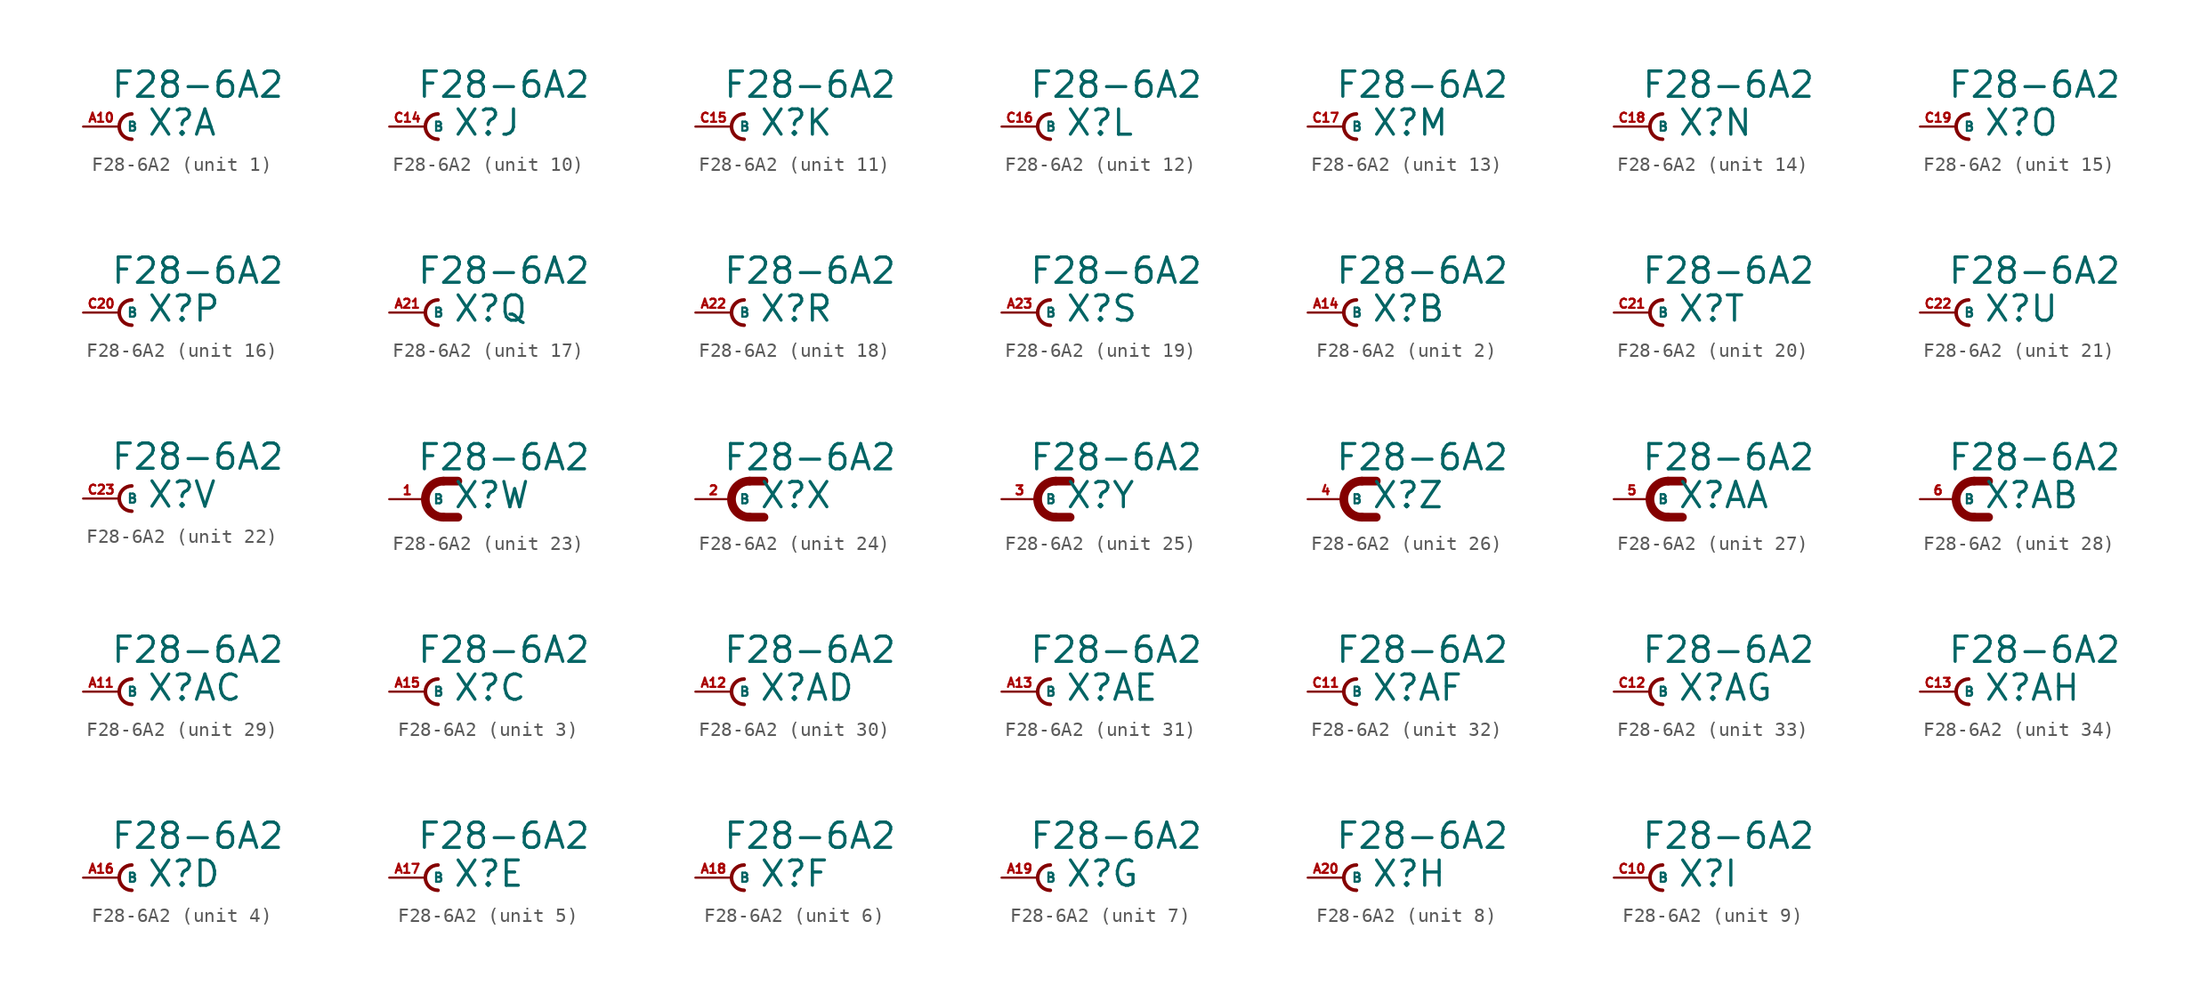
<source format=kicad_sym>
(kicad_symbol_lib
  (version 20220914)
  (generator Eagle2Kicad)
  (symbol "F28-6A2"
    (property "Reference" "X"
      (at 1.905 -0.762 0)
      (effects (font (size 1.778 1.778) (thickness 0.22)) (justify left bottom)))
    (property "Value" "F28-6A2"
      (at -0.635 1.905 0)
      (effects (font (size 1.778 1.778) (thickness 0.22)) (justify left bottom)))
    (symbol "F28-6A2_1_0"
      (arc (start 0.889 0.889) (mid 0.000 0.000) (end 0.889 -0.889) (stroke (width 0.254) (type default)) (fill (type none)))
      (pin passive line (at -2.54 0 0) (length 2.54) (name "B" (effects (font (size 0.635 0.635) (thickness 0.08)) (justify left bottom))) (number "A10" (effects (font (size 0.635 0.635) (thickness 0.08)) (justify left bottom)))))
    (symbol "F28-6A2_2_0"
      (arc (start 0.889 0.889) (mid 0.000 0.000) (end 0.889 -0.889) (stroke (width 0.254) (type default)) (fill (type none)))
      (pin passive line (at -2.54 0 0) (length 2.54) (name "B" (effects (font (size 0.635 0.635) (thickness 0.08)) (justify left bottom))) (number "A14" (effects (font (size 0.635 0.635) (thickness 0.08)) (justify left bottom)))))
    (symbol "F28-6A2_3_0"
      (arc (start 0.889 0.889) (mid 0.000 0.000) (end 0.889 -0.889) (stroke (width 0.254) (type default)) (fill (type none)))
      (pin passive line (at -2.54 0 0) (length 2.54) (name "B" (effects (font (size 0.635 0.635) (thickness 0.08)) (justify left bottom))) (number "A15" (effects (font (size 0.635 0.635) (thickness 0.08)) (justify left bottom)))))
    (symbol "F28-6A2_4_0"
      (arc (start 0.889 0.889) (mid 0.000 0.000) (end 0.889 -0.889) (stroke (width 0.254) (type default)) (fill (type none)))
      (pin passive line (at -2.54 0 0) (length 2.54) (name "B" (effects (font (size 0.635 0.635) (thickness 0.08)) (justify left bottom))) (number "A16" (effects (font (size 0.635 0.635) (thickness 0.08)) (justify left bottom)))))
    (symbol "F28-6A2_5_0"
      (arc (start 0.889 0.889) (mid 0.000 0.000) (end 0.889 -0.889) (stroke (width 0.254) (type default)) (fill (type none)))
      (pin passive line (at -2.54 0 0) (length 2.54) (name "B" (effects (font (size 0.635 0.635) (thickness 0.08)) (justify left bottom))) (number "A17" (effects (font (size 0.635 0.635) (thickness 0.08)) (justify left bottom)))))
    (symbol "F28-6A2_6_0"
      (arc (start 0.889 0.889) (mid 0.000 0.000) (end 0.889 -0.889) (stroke (width 0.254) (type default)) (fill (type none)))
      (pin passive line (at -2.54 0 0) (length 2.54) (name "B" (effects (font (size 0.635 0.635) (thickness 0.08)) (justify left bottom))) (number "A18" (effects (font (size 0.635 0.635) (thickness 0.08)) (justify left bottom)))))
    (symbol "F28-6A2_7_0"
      (arc (start 0.889 0.889) (mid 0.000 0.000) (end 0.889 -0.889) (stroke (width 0.254) (type default)) (fill (type none)))
      (pin passive line (at -2.54 0 0) (length 2.54) (name "B" (effects (font (size 0.635 0.635) (thickness 0.08)) (justify left bottom))) (number "A19" (effects (font (size 0.635 0.635) (thickness 0.08)) (justify left bottom)))))
    (symbol "F28-6A2_8_0"
      (arc (start 0.889 0.889) (mid 0.000 0.000) (end 0.889 -0.889) (stroke (width 0.254) (type default)) (fill (type none)))
      (pin passive line (at -2.54 0 0) (length 2.54) (name "B" (effects (font (size 0.635 0.635) (thickness 0.08)) (justify left bottom))) (number "A20" (effects (font (size 0.635 0.635) (thickness 0.08)) (justify left bottom)))))
    (symbol "F28-6A2_9_0"
      (arc (start 0.889 0.889) (mid 0.000 0.000) (end 0.889 -0.889) (stroke (width 0.254) (type default)) (fill (type none)))
      (pin passive line (at -2.54 0 0) (length 2.54) (name "B" (effects (font (size 0.635 0.635) (thickness 0.08)) (justify left bottom))) (number "C10" (effects (font (size 0.635 0.635) (thickness 0.08)) (justify left bottom)))))
    (symbol "F28-6A2_10_0"
      (arc (start 0.889 0.889) (mid 0.000 0.000) (end 0.889 -0.889) (stroke (width 0.254) (type default)) (fill (type none)))
      (pin passive line (at -2.54 0 0) (length 2.54) (name "B" (effects (font (size 0.635 0.635) (thickness 0.08)) (justify left bottom))) (number "C14" (effects (font (size 0.635 0.635) (thickness 0.08)) (justify left bottom)))))
    (symbol "F28-6A2_11_0"
      (arc (start 0.889 0.889) (mid 0.000 0.000) (end 0.889 -0.889) (stroke (width 0.254) (type default)) (fill (type none)))
      (pin passive line (at -2.54 0 0) (length 2.54) (name "B" (effects (font (size 0.635 0.635) (thickness 0.08)) (justify left bottom))) (number "C15" (effects (font (size 0.635 0.635) (thickness 0.08)) (justify left bottom)))))
    (symbol "F28-6A2_12_0"
      (arc (start 0.889 0.889) (mid 0.000 0.000) (end 0.889 -0.889) (stroke (width 0.254) (type default)) (fill (type none)))
      (pin passive line (at -2.54 0 0) (length 2.54) (name "B" (effects (font (size 0.635 0.635) (thickness 0.08)) (justify left bottom))) (number "C16" (effects (font (size 0.635 0.635) (thickness 0.08)) (justify left bottom)))))
    (symbol "F28-6A2_13_0"
      (arc (start 0.889 0.889) (mid 0.000 0.000) (end 0.889 -0.889) (stroke (width 0.254) (type default)) (fill (type none)))
      (pin passive line (at -2.54 0 0) (length 2.54) (name "B" (effects (font (size 0.635 0.635) (thickness 0.08)) (justify left bottom))) (number "C17" (effects (font (size 0.635 0.635) (thickness 0.08)) (justify left bottom)))))
    (symbol "F28-6A2_14_0"
      (arc (start 0.889 0.889) (mid 0.000 0.000) (end 0.889 -0.889) (stroke (width 0.254) (type default)) (fill (type none)))
      (pin passive line (at -2.54 0 0) (length 2.54) (name "B" (effects (font (size 0.635 0.635) (thickness 0.08)) (justify left bottom))) (number "C18" (effects (font (size 0.635 0.635) (thickness 0.08)) (justify left bottom)))))
    (symbol "F28-6A2_15_0"
      (arc (start 0.889 0.889) (mid 0.000 0.000) (end 0.889 -0.889) (stroke (width 0.254) (type default)) (fill (type none)))
      (pin passive line (at -2.54 0 0) (length 2.54) (name "B" (effects (font (size 0.635 0.635) (thickness 0.08)) (justify left bottom))) (number "C19" (effects (font (size 0.635 0.635) (thickness 0.08)) (justify left bottom)))))
    (symbol "F28-6A2_16_0"
      (arc (start 0.889 0.889) (mid 0.000 0.000) (end 0.889 -0.889) (stroke (width 0.254) (type default)) (fill (type none)))
      (pin passive line (at -2.54 0 0) (length 2.54) (name "B" (effects (font (size 0.635 0.635) (thickness 0.08)) (justify left bottom))) (number "C20" (effects (font (size 0.635 0.635) (thickness 0.08)) (justify left bottom)))))
    (symbol "F28-6A2_17_0"
      (arc (start 0.889 0.889) (mid 0.000 0.000) (end 0.889 -0.889) (stroke (width 0.254) (type default)) (fill (type none)))
      (pin passive line (at -2.54 0 0) (length 2.54) (name "B" (effects (font (size 0.635 0.635) (thickness 0.08)) (justify left bottom))) (number "A21" (effects (font (size 0.635 0.635) (thickness 0.08)) (justify left bottom)))))
    (symbol "F28-6A2_18_0"
      (arc (start 0.889 0.889) (mid 0.000 0.000) (end 0.889 -0.889) (stroke (width 0.254) (type default)) (fill (type none)))
      (pin passive line (at -2.54 0 0) (length 2.54) (name "B" (effects (font (size 0.635 0.635) (thickness 0.08)) (justify left bottom))) (number "A22" (effects (font (size 0.635 0.635) (thickness 0.08)) (justify left bottom)))))
    (symbol "F28-6A2_19_0"
      (arc (start 0.889 0.889) (mid 0.000 0.000) (end 0.889 -0.889) (stroke (width 0.254) (type default)) (fill (type none)))
      (pin passive line (at -2.54 0 0) (length 2.54) (name "B" (effects (font (size 0.635 0.635) (thickness 0.08)) (justify left bottom))) (number "A23" (effects (font (size 0.635 0.635) (thickness 0.08)) (justify left bottom)))))
    (symbol "F28-6A2_20_0"
      (arc (start 0.889 0.889) (mid 0.000 0.000) (end 0.889 -0.889) (stroke (width 0.254) (type default)) (fill (type none)))
      (pin passive line (at -2.54 0 0) (length 2.54) (name "B" (effects (font (size 0.635 0.635) (thickness 0.08)) (justify left bottom))) (number "C21" (effects (font (size 0.635 0.635) (thickness 0.08)) (justify left bottom)))))
    (symbol "F28-6A2_21_0"
      (arc (start 0.889 0.889) (mid 0.000 0.000) (end 0.889 -0.889) (stroke (width 0.254) (type default)) (fill (type none)))
      (pin passive line (at -2.54 0 0) (length 2.54) (name "B" (effects (font (size 0.635 0.635) (thickness 0.08)) (justify left bottom))) (number "C22" (effects (font (size 0.635 0.635) (thickness 0.08)) (justify left bottom)))))
    (symbol "F28-6A2_22_0"
      (arc (start 0.889 0.889) (mid 0.000 0.000) (end 0.889 -0.889) (stroke (width 0.254) (type default)) (fill (type none)))
      (pin passive line (at -2.54 0 0) (length 2.54) (name "B" (effects (font (size 0.635 0.635) (thickness 0.08)) (justify left bottom))) (number "C23" (effects (font (size 0.635 0.635) (thickness 0.08)) (justify left bottom)))))
    (symbol "F28-6A2_23_0"
      (arc (start 1.27 1.27) (mid 0.000 0.000) (end 1.27 -1.27) (stroke (width 0.6096) (type default)) (fill (type none)))
      (polyline (pts (xy 1.27 1.27) (xy 2.286 1.27)) (stroke (width 0.61) (type default)) (fill (type none)))
      (polyline (pts (xy 1.27 -1.27) (xy 2.286 -1.27)) (stroke (width 0.61) (type default)) (fill (type none)))
      (pin passive line (at -2.54 0 0) (length 2.54) (name "B" (effects (font (size 0.635 0.635) (thickness 0.08)) (justify left bottom))) (number "1" (effects (font (size 0.635 0.635) (thickness 0.08)) (justify left bottom)))))
    (symbol "F28-6A2_24_0"
      (arc (start 1.27 1.27) (mid 0.000 0.000) (end 1.27 -1.27) (stroke (width 0.6096) (type default)) (fill (type none)))
      (polyline (pts (xy 1.27 1.27) (xy 2.286 1.27)) (stroke (width 0.61) (type default)) (fill (type none)))
      (polyline (pts (xy 1.27 -1.27) (xy 2.286 -1.27)) (stroke (width 0.61) (type default)) (fill (type none)))
      (pin passive line (at -2.54 0 0) (length 2.54) (name "B" (effects (font (size 0.635 0.635) (thickness 0.08)) (justify left bottom))) (number "2" (effects (font (size 0.635 0.635) (thickness 0.08)) (justify left bottom)))))
    (symbol "F28-6A2_25_0"
      (arc (start 1.27 1.27) (mid 0.000 0.000) (end 1.27 -1.27) (stroke (width 0.6096) (type default)) (fill (type none)))
      (polyline (pts (xy 1.27 1.27) (xy 2.286 1.27)) (stroke (width 0.61) (type default)) (fill (type none)))
      (polyline (pts (xy 1.27 -1.27) (xy 2.286 -1.27)) (stroke (width 0.61) (type default)) (fill (type none)))
      (pin passive line (at -2.54 0 0) (length 2.54) (name "B" (effects (font (size 0.635 0.635) (thickness 0.08)) (justify left bottom))) (number "3" (effects (font (size 0.635 0.635) (thickness 0.08)) (justify left bottom)))))
    (symbol "F28-6A2_26_0"
      (arc (start 1.27 1.27) (mid 0.000 0.000) (end 1.27 -1.27) (stroke (width 0.6096) (type default)) (fill (type none)))
      (polyline (pts (xy 1.27 1.27) (xy 2.286 1.27)) (stroke (width 0.61) (type default)) (fill (type none)))
      (polyline (pts (xy 1.27 -1.27) (xy 2.286 -1.27)) (stroke (width 0.61) (type default)) (fill (type none)))
      (pin passive line (at -2.54 0 0) (length 2.54) (name "B" (effects (font (size 0.635 0.635) (thickness 0.08)) (justify left bottom))) (number "4" (effects (font (size 0.635 0.635) (thickness 0.08)) (justify left bottom)))))
    (symbol "F28-6A2_27_0"
      (arc (start 1.27 1.27) (mid 0.000 0.000) (end 1.27 -1.27) (stroke (width 0.6096) (type default)) (fill (type none)))
      (polyline (pts (xy 1.27 1.27) (xy 2.286 1.27)) (stroke (width 0.61) (type default)) (fill (type none)))
      (polyline (pts (xy 1.27 -1.27) (xy 2.286 -1.27)) (stroke (width 0.61) (type default)) (fill (type none)))
      (pin passive line (at -2.54 0 0) (length 2.54) (name "B" (effects (font (size 0.635 0.635) (thickness 0.08)) (justify left bottom))) (number "5" (effects (font (size 0.635 0.635) (thickness 0.08)) (justify left bottom)))))
    (symbol "F28-6A2_28_0"
      (arc (start 1.27 1.27) (mid 0.000 0.000) (end 1.27 -1.27) (stroke (width 0.6096) (type default)) (fill (type none)))
      (polyline (pts (xy 1.27 1.27) (xy 2.286 1.27)) (stroke (width 0.61) (type default)) (fill (type none)))
      (polyline (pts (xy 1.27 -1.27) (xy 2.286 -1.27)) (stroke (width 0.61) (type default)) (fill (type none)))
      (pin passive line (at -2.54 0 0) (length 2.54) (name "B" (effects (font (size 0.635 0.635) (thickness 0.08)) (justify left bottom))) (number "6" (effects (font (size 0.635 0.635) (thickness 0.08)) (justify left bottom)))))
    (symbol "F28-6A2_29_0"
      (arc (start 0.889 0.889) (mid 0.000 0.000) (end 0.889 -0.889) (stroke (width 0.254) (type default)) (fill (type none)))
      (pin passive line (at -2.54 0 0) (length 2.54) (name "B" (effects (font (size 0.635 0.635) (thickness 0.08)) (justify left bottom))) (number "A11" (effects (font (size 0.635 0.635) (thickness 0.08)) (justify left bottom)))))
    (symbol "F28-6A2_30_0"
      (arc (start 0.889 0.889) (mid 0.000 0.000) (end 0.889 -0.889) (stroke (width 0.254) (type default)) (fill (type none)))
      (pin passive line (at -2.54 0 0) (length 2.54) (name "B" (effects (font (size 0.635 0.635) (thickness 0.08)) (justify left bottom))) (number "A12" (effects (font (size 0.635 0.635) (thickness 0.08)) (justify left bottom)))))
    (symbol "F28-6A2_31_0"
      (arc (start 0.889 0.889) (mid 0.000 0.000) (end 0.889 -0.889) (stroke (width 0.254) (type default)) (fill (type none)))
      (pin passive line (at -2.54 0 0) (length 2.54) (name "B" (effects (font (size 0.635 0.635) (thickness 0.08)) (justify left bottom))) (number "A13" (effects (font (size 0.635 0.635) (thickness 0.08)) (justify left bottom)))))
    (symbol "F28-6A2_32_0"
      (arc (start 0.889 0.889) (mid 0.000 0.000) (end 0.889 -0.889) (stroke (width 0.254) (type default)) (fill (type none)))
      (pin passive line (at -2.54 0 0) (length 2.54) (name "B" (effects (font (size 0.635 0.635) (thickness 0.08)) (justify left bottom))) (number "C11" (effects (font (size 0.635 0.635) (thickness 0.08)) (justify left bottom)))))
    (symbol "F28-6A2_33_0"
      (arc (start 0.889 0.889) (mid 0.000 0.000) (end 0.889 -0.889) (stroke (width 0.254) (type default)) (fill (type none)))
      (pin passive line (at -2.54 0 0) (length 2.54) (name "B" (effects (font (size 0.635 0.635) (thickness 0.08)) (justify left bottom))) (number "C12" (effects (font (size 0.635 0.635) (thickness 0.08)) (justify left bottom)))))
    (symbol "F28-6A2_34_0"
      (arc (start 0.889 0.889) (mid 0.000 0.000) (end 0.889 -0.889) (stroke (width 0.254) (type default)) (fill (type none)))
      (pin passive line (at -2.54 0 0) (length 2.54) (name "B" (effects (font (size 0.635 0.635) (thickness 0.08)) (justify left bottom))) (number "C13" (effects (font (size 0.635 0.635) (thickness 0.08)) (justify left bottom)))))))
</source>
